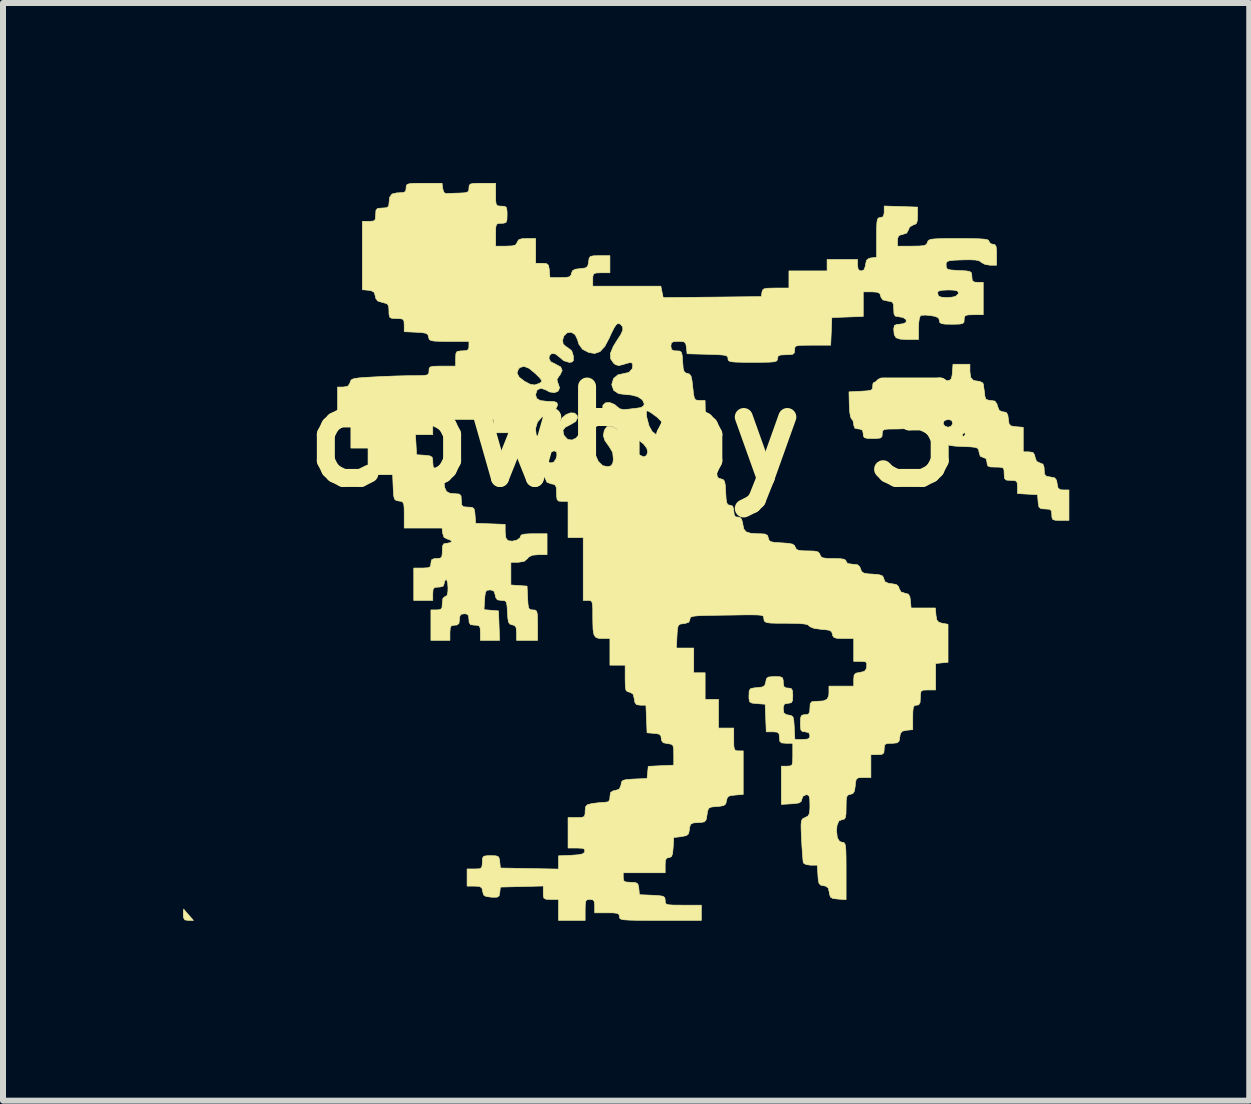
<source format=kicad_pcb>
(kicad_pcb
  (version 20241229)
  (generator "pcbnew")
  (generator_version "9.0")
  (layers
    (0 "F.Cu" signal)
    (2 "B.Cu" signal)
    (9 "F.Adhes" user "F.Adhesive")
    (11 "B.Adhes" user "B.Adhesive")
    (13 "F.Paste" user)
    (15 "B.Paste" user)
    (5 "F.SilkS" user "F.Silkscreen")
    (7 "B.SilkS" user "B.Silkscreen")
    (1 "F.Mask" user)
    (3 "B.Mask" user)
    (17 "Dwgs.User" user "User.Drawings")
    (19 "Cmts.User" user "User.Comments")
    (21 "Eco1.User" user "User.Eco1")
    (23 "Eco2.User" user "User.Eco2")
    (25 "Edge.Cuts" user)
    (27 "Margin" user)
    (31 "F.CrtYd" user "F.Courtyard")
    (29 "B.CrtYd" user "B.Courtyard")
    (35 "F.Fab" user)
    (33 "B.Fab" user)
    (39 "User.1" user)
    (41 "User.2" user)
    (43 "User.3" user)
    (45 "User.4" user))
  (footprint "cowboy 3"
    (layer "F.Cu")
    (at 7.498 4.228)
    (property "Reference" "cowboy 3" (at 0 0 0) (layer "F.SilkS") (effects (font (size 1.524 1.524) (thickness 0.3))))
    (attr through_hole)
    (fp_poly (pts (xy -7.485 7.877) (xy -7.461 7.907) (xy -7.411 7.965) (xy -7.4 7.977) (xy -7.323 8.065) (xy -7.408 8.065) (xy -7.467 8.056) (xy -7.49 8.017) (xy -7.493 7.964) (xy -7.491 7.899) (xy -7.486 7.876) (xy -7.485 7.877)) (stroke (width 0.01) (type solid)) (fill yes) (layer "F.SilkS"))
    (fp_poly (pts (xy 5.62 -1.083) (xy 5.633 -0.986) (xy 5.681 -0.935) (xy 5.776 -0.921) (xy 5.781 -0.921) (xy 5.834 -0.896) (xy 5.846 -0.865) (xy 5.853 -0.799) (xy 5.857 -0.778) (xy 5.865 -0.722) (xy 5.869 -0.675) (xy 5.886 -0.622) (xy 5.941 -0.604) (xy 5.966 -0.603) (xy 6.036 -0.592) (xy 6.07 -0.545) (xy 6.08 -0.508) (xy 6.109 -0.437) (xy 6.161 -0.413) (xy 6.176 -0.413) (xy 6.227 -0.403) (xy 6.251 -0.362) (xy 6.261 -0.294) (xy 6.272 -0.215) (xy 6.303 -0.179) (xy 6.373 -0.166) (xy 6.39 -0.165) (xy 6.509 -0.155) (xy 6.509 0.254) (xy 6.602 0.254) (xy 6.671 0.264) (xy 6.699 0.307) (xy 6.705 0.341) (xy 6.731 0.413) (xy 6.787 0.439) (xy 6.837 0.459) (xy 6.856 0.511) (xy 6.858 0.556) (xy 6.865 0.629) (xy 6.897 0.662) (xy 6.961 0.673) (xy 7.034 0.688) (xy 7.065 0.729) (xy 7.074 0.786) (xy 7.089 0.857) (xy 7.126 0.885) (xy 7.178 0.889) (xy 7.271 0.889) (xy 7.271 1.397) (xy 7.128 1.397) (xy 7.04 1.394) (xy 6.998 1.378) (xy 6.986 1.338) (xy 6.985 1.302) (xy 6.979 1.237) (xy 6.947 1.211) (xy 6.876 1.206) (xy 6.804 1.201) (xy 6.771 1.174) (xy 6.758 1.104) (xy 6.757 1.087) (xy 6.747 0.968) (xy 6.58 0.959) (xy 6.413 0.949) (xy 6.413 0.84) (xy 6.408 0.766) (xy 6.38 0.736) (xy 6.31 0.73) (xy 6.302 0.73) (xy 6.228 0.725) (xy 6.197 0.698) (xy 6.191 0.628) (xy 6.191 0.619) (xy 6.188 0.551) (xy 6.168 0.519) (xy 6.112 0.509) (xy 6.048 0.508) (xy 5.96 0.505) (xy 5.918 0.489) (xy 5.906 0.45) (xy 5.905 0.429) (xy 5.89 0.366) (xy 5.844 0.349) (xy 5.793 0.327) (xy 5.773 0.262) (xy 5.765 0.219) (xy 5.747 0.193) (xy 5.703 0.178) (xy 5.622 0.17) (xy 5.501 0.165) (xy 5.366 0.158) (xy 5.285 0.147) (xy 5.246 0.128) (xy 5.239 0.11) (xy 5.213 0.072) (xy 5.179 0.064) (xy 5.123 0.037) (xy 5.103 0) (xy 5.078 -0.032) (xy 5.493 -0.032) (xy 5.504 -0.001) (xy 5.507 0) (xy 5.534 -0.022) (xy 5.54 -0.032) (xy 5.538 -0.061) (xy 5.526 -0.064) (xy 5.494 -0.04) (xy 5.493 -0.032) (xy 5.078 -0.032) (xy 5.061 -0.053) (xy 5.021 -0.064) (xy 4.973 -0.08) (xy 4.951 -0.138) (xy 4.947 -0.167) (xy 4.939 -0.22) (xy 5.174 -0.22) (xy 5.196 -0.18) (xy 5.253 -0.156) (xy 5.308 -0.173) (xy 5.334 -0.221) (xy 5.334 -0.222) (xy 5.315 -0.272) (xy 5.255 -0.286) (xy 5.192 -0.266) (xy 5.174 -0.22) (xy 4.939 -0.22) (xy 4.939 -0.225) (xy 4.917 -0.257) (xy 4.865 -0.271) (xy 4.768 -0.279) (xy 4.755 -0.279) (xy 4.652 -0.283) (xy 4.597 -0.277) (xy 4.576 -0.254) (xy 4.572 -0.21) (xy 4.572 -0.208) (xy 4.569 -0.164) (xy 4.549 -0.14) (xy 4.498 -0.13) (xy 4.402 -0.127) (xy 4.366 -0.127) (xy 4.255 -0.126) (xy 4.193 -0.118) (xy 4.166 -0.098) (xy 4.159 -0.061) (xy 4.159 -0.048) (xy 4.154 -0.001) (xy 4.128 0.023) (xy 4.064 0.031) (xy 4 0.032) (xy 3.906 0.029) (xy 3.859 0.016) (xy 3.843 -0.016) (xy 3.842 -0.048) (xy 3.829 -0.108) (xy 3.777 -0.127) (xy 3.762 -0.127) (xy 3.702 -0.14) (xy 3.683 -0.192) (xy 3.683 -0.204) (xy 3.671 -0.267) (xy 3.649 -0.292) (xy 3.63 -0.328) (xy 3.616 -0.411) (xy 3.609 -0.525) (xy 3.604 -0.746) (xy 3.802 -0.756) (xy 3.91 -0.763) (xy 3.97 -0.774) (xy 3.995 -0.798) (xy 4 -0.839) (xy 4 -0.843) (xy 4.003 -0.881) (xy 4.019 -0.904) (xy 4.062 -0.916) (xy 4.143 -0.92) (xy 4.27 -0.921) (xy 4.402 -0.92) (xy 4.482 -0.914) (xy 4.523 -0.901) (xy 4.539 -0.878) (xy 4.54 -0.857) (xy 4.556 -0.81) (xy 4.612 -0.794) (xy 4.633 -0.794) (xy 4.713 -0.776) (xy 4.747 -0.73) (xy 4.793 -0.677) (xy 4.847 -0.667) (xy 4.92 -0.689) (xy 4.944 -0.73) (xy 4.986 -0.784) (xy 5.036 -0.794) (xy 5.097 -0.811) (xy 5.112 -0.855) (xy 5.13 -0.902) (xy 5.192 -0.924) (xy 5.215 -0.927) (xy 5.28 -0.938) (xy 5.312 -0.968) (xy 5.325 -1.037) (xy 5.328 -1.072) (xy 5.338 -1.206) (xy 5.62 -1.206) (xy 5.62 -1.083)) (stroke (width 0.01) (type solid)) (fill yes) (layer "F.SilkS"))
    (fp_poly (pts (xy -3.169 -4.135) (xy -3.149 -4.073) (xy -3.119 -4.051) (xy -3.067 -4.054) (xy -2.975 -4.057) (xy -2.905 -4.059) (xy -2.805 -4.064) (xy -2.753 -4.077) (xy -2.733 -4.105) (xy -2.731 -4.143) (xy -2.727 -4.185) (xy -2.708 -4.209) (xy -2.66 -4.22) (xy -2.568 -4.223) (xy -2.508 -4.223) (xy -2.286 -4.223) (xy -2.286 -4.032) (xy -2.285 -3.927) (xy -2.276 -3.87) (xy -2.252 -3.847) (xy -2.206 -3.842) (xy -2.191 -3.842) (xy -2.132 -3.838) (xy -2.104 -3.814) (xy -2.096 -3.753) (xy -2.095 -3.699) (xy -2.098 -3.611) (xy -2.114 -3.569) (xy -2.155 -3.557) (xy -2.191 -3.556) (xy -2.243 -3.554) (xy -2.272 -3.536) (xy -2.284 -3.489) (xy -2.286 -3.396) (xy -2.286 -3.365) (xy -2.286 -3.175) (xy -2.115 -3.175) (xy -2.013 -3.179) (xy -1.957 -3.193) (xy -1.932 -3.225) (xy -1.928 -3.239) (xy -1.905 -3.279) (xy -1.853 -3.298) (xy -1.765 -3.302) (xy -1.619 -3.302) (xy -1.619 -2.889) (xy -1.51 -2.889) (xy -1.438 -2.884) (xy -1.405 -2.856) (xy -1.392 -2.787) (xy -1.391 -2.77) (xy -1.381 -2.651) (xy -1.206 -2.651) (xy -1.105 -2.654) (xy -1.051 -2.666) (xy -1.028 -2.695) (xy -1.022 -2.721) (xy -1.004 -2.767) (xy -0.954 -2.791) (xy -0.879 -2.8) (xy -0.795 -2.81) (xy -0.754 -2.835) (xy -0.739 -2.889) (xy -0.736 -2.913) (xy -0.728 -2.972) (xy -0.706 -3.003) (xy -0.654 -3.014) (xy -0.555 -3.016) (xy -0.381 -3.016) (xy -0.381 -2.731) (xy -0.524 -2.731) (xy -0.612 -2.728) (xy -0.653 -2.712) (xy -0.666 -2.669) (xy -0.667 -2.619) (xy -0.667 -2.508) (xy 0.468 -2.508) (xy 0.487 -2.412) (xy 0.507 -2.317) (xy 1.325 -2.325) (xy 2.143 -2.334) (xy 2.153 -2.405) (xy 2.164 -2.443) (xy 2.191 -2.464) (xy 2.25 -2.474) (xy 2.355 -2.476) (xy 2.383 -2.477) (xy 2.603 -2.477) (xy 2.603 -2.762) (xy 3.239 -2.762) (xy 3.239 -2.953) (xy 3.747 -2.953) (xy 3.747 -2.857) (xy 3.757 -2.787) (xy 3.794 -2.763) (xy 3.808 -2.762) (xy 3.855 -2.78) (xy 3.877 -2.843) (xy 3.879 -2.865) (xy 3.896 -2.94) (xy 3.938 -2.972) (xy 3.977 -2.979) (xy 4.064 -2.989) (xy 4.064 -3.32) (xy 4.065 -3.468) (xy 4.069 -3.564) (xy 4.078 -3.619) (xy 4.094 -3.644) (xy 4.12 -3.651) (xy 4.128 -3.651) (xy 4.174 -3.666) (xy 4.19 -3.721) (xy 4.191 -3.748) (xy 4.191 -3.844) (xy 4.469 -3.835) (xy 4.747 -3.826) (xy 4.747 -3.683) (xy 4.742 -3.593) (xy 4.724 -3.548) (xy 4.683 -3.531) (xy 4.677 -3.53) (xy 4.614 -3.494) (xy 4.598 -3.451) (xy 4.566 -3.393) (xy 4.501 -3.371) (xy 4.437 -3.353) (xy 4.415 -3.305) (xy 4.413 -3.268) (xy 4.413 -3.175) (xy 4.654 -3.175) (xy 4.778 -3.177) (xy 4.853 -3.184) (xy 4.892 -3.201) (xy 4.91 -3.231) (xy 4.912 -3.239) (xy 4.922 -3.262) (xy 4.943 -3.279) (xy 4.984 -3.291) (xy 5.056 -3.297) (xy 5.167 -3.301) (xy 5.327 -3.302) (xy 5.433 -3.302) (xy 5.625 -3.301) (xy 5.763 -3.298) (xy 5.854 -3.292) (xy 5.908 -3.283) (xy 5.933 -3.269) (xy 5.937 -3.254) (xy 5.964 -3.216) (xy 6.001 -3.207) (xy 6.037 -3.199) (xy 6.057 -3.166) (xy 6.064 -3.093) (xy 6.064 -3.032) (xy 6.064 -2.857) (xy 5.957 -2.857) (xy 5.871 -2.871) (xy 5.811 -2.904) (xy 5.809 -2.906) (xy 5.774 -2.931) (xy 5.711 -2.944) (xy 5.608 -2.948) (xy 5.496 -2.946) (xy 5.364 -2.941) (xy 5.284 -2.933) (xy 5.242 -2.919) (xy 5.225 -2.895) (xy 5.223 -2.857) (xy 5.227 -2.815) (xy 5.248 -2.791) (xy 5.3 -2.778) (xy 5.397 -2.771) (xy 5.437 -2.769) (xy 5.551 -2.763) (xy 5.615 -2.753) (xy 5.644 -2.732) (xy 5.651 -2.693) (xy 5.652 -2.666) (xy 5.66 -2.599) (xy 5.697 -2.575) (xy 5.747 -2.572) (xy 5.842 -2.572) (xy 5.842 -2.032) (xy 5.683 -2.032) (xy 5.589 -2.029) (xy 5.542 -2.016) (xy 5.526 -1.984) (xy 5.524 -1.953) (xy 5.521 -1.91) (xy 5.5 -1.886) (xy 5.449 -1.876) (xy 5.352 -1.873) (xy 5.318 -1.873) (xy 5.206 -1.875) (xy 5.144 -1.884) (xy 5.117 -1.904) (xy 5.112 -1.935) (xy 5.098 -1.977) (xy 5.045 -2.003) (xy 4.971 -2.017) (xy 4.878 -2.026) (xy 4.811 -2.022) (xy 4.797 -2.018) (xy 4.778 -1.977) (xy 4.766 -1.893) (xy 4.763 -1.808) (xy 4.763 -1.619) (xy 4.575 -1.619) (xy 4.457 -1.625) (xy 4.389 -1.648) (xy 4.358 -1.7) (xy 4.35 -1.791) (xy 4.35 -1.796) (xy 4.361 -1.852) (xy 4.407 -1.872) (xy 4.443 -1.873) (xy 4.517 -1.884) (xy 4.558 -1.909) (xy 4.556 -1.951) (xy 4.506 -1.985) (xy 4.424 -2) (xy 4.421 -2) (xy 4.375 -2.009) (xy 4.354 -2.047) (xy 4.35 -2.125) (xy 4.346 -2.206) (xy 4.323 -2.244) (xy 4.266 -2.258) (xy 4.247 -2.26) (xy 4.169 -2.279) (xy 4.137 -2.324) (xy 4.133 -2.342) (xy 4.118 -2.386) (xy 4.087 -2.402) (xy 5.08 -2.402) (xy 5.094 -2.348) (xy 5.101 -2.339) (xy 5.148 -2.324) (xy 5.23 -2.318) (xy 5.318 -2.324) (xy 5.379 -2.337) (xy 5.423 -2.376) (xy 5.429 -2.401) (xy 5.41 -2.428) (xy 5.345 -2.442) (xy 5.255 -2.445) (xy 5.145 -2.439) (xy 5.09 -2.422) (xy 5.08 -2.402) (xy 4.087 -2.402) (xy 4.078 -2.407) (xy 3.994 -2.413) (xy 3.982 -2.413) (xy 3.842 -2.413) (xy 3.842 -2.003) (xy 3.58 -1.994) (xy 3.318 -1.984) (xy 3.309 -1.754) (xy 3.299 -1.524) (xy 2.999 -1.524) (xy 2.86 -1.523) (xy 2.772 -1.52) (xy 2.724 -1.51) (xy 2.703 -1.49) (xy 2.699 -1.458) (xy 2.699 -1.445) (xy 2.693 -1.396) (xy 2.664 -1.372) (xy 2.594 -1.366) (xy 2.556 -1.365) (xy 2.467 -1.361) (xy 2.424 -1.344) (xy 2.413 -1.306) (xy 2.413 -1.302) (xy 2.409 -1.276) (xy 2.392 -1.258) (xy 2.351 -1.247) (xy 2.276 -1.241) (xy 2.157 -1.239) (xy 2 -1.238) (xy 1.832 -1.239) (xy 1.716 -1.242) (xy 1.645 -1.248) (xy 1.606 -1.26) (xy 1.59 -1.278) (xy 1.587 -1.301) (xy 1.583 -1.328) (xy 1.561 -1.347) (xy 1.512 -1.359) (xy 1.424 -1.366) (xy 1.285 -1.371) (xy 1.246 -1.372) (xy 0.905 -1.381) (xy 0.895 -1.484) (xy 0.883 -1.551) (xy 0.853 -1.58) (xy 0.783 -1.587) (xy 0.76 -1.587) (xy 0.679 -1.583) (xy 0.643 -1.562) (xy 0.635 -1.513) (xy 0.635 -1.508) (xy 0.645 -1.451) (xy 0.69 -1.43) (xy 0.729 -1.429) (xy 0.782 -1.426) (xy 0.81 -1.406) (xy 0.824 -1.354) (xy 0.831 -1.255) (xy 0.832 -1.246) (xy 0.84 -1.141) (xy 0.856 -1.084) (xy 0.885 -1.06) (xy 0.91 -1.054) (xy 0.947 -1.041) (xy 0.971 -1.007) (xy 0.987 -0.936) (xy 1 -0.824) (xy 1.013 -0.708) (xy 1.027 -0.642) (xy 1.049 -0.612) (xy 1.087 -0.604) (xy 1.114 -0.603) (xy 1.205 -0.603) (xy 1.214 -0.167) (xy 1.222 0.27) (xy 1.31 0.28) (xy 1.357 0.289) (xy 1.383 0.311) (xy 1.394 0.363) (xy 1.397 0.459) (xy 1.397 0.492) (xy 1.399 0.602) (xy 1.408 0.665) (xy 1.43 0.693) (xy 1.468 0.704) (xy 1.507 0.716) (xy 1.53 0.746) (xy 1.542 0.809) (xy 1.549 0.921) (xy 1.549 0.929) (xy 1.556 1.043) (xy 1.568 1.108) (xy 1.589 1.137) (xy 1.621 1.143) (xy 1.666 1.159) (xy 1.682 1.216) (xy 1.683 1.238) (xy 1.692 1.307) (xy 1.714 1.337) (xy 1.714 1.337) (xy 1.775 1.344) (xy 1.786 1.345) (xy 1.814 1.376) (xy 1.833 1.447) (xy 1.835 1.465) (xy 1.851 1.541) (xy 1.889 1.587) (xy 1.964 1.611) (xy 2.086 1.619) (xy 2.117 1.619) (xy 2.203 1.624) (xy 2.245 1.646) (xy 2.26 1.691) (xy 2.271 1.729) (xy 2.302 1.752) (xy 2.366 1.764) (xy 2.479 1.771) (xy 2.481 1.771) (xy 2.597 1.779) (xy 2.665 1.793) (xy 2.698 1.818) (xy 2.708 1.843) (xy 2.727 1.878) (xy 2.769 1.897) (xy 2.85 1.904) (xy 2.914 1.905) (xy 3.023 1.908) (xy 3.083 1.92) (xy 3.112 1.946) (xy 3.121 1.968) (xy 3.138 2.003) (xy 3.175 2.022) (xy 3.249 2.031) (xy 3.347 2.032) (xy 3.463 2.035) (xy 3.529 2.046) (xy 3.554 2.068) (xy 3.556 2.08) (xy 3.58 2.115) (xy 3.657 2.127) (xy 3.667 2.127) (xy 3.746 2.136) (xy 3.784 2.17) (xy 3.797 2.205) (xy 3.815 2.25) (xy 3.852 2.275) (xy 3.924 2.288) (xy 3.996 2.292) (xy 4.099 2.301) (xy 4.155 2.317) (xy 4.179 2.347) (xy 4.185 2.372) (xy 4.206 2.421) (xy 4.263 2.445) (xy 4.312 2.451) (xy 4.394 2.466) (xy 4.432 2.501) (xy 4.439 2.53) (xy 4.471 2.589) (xy 4.534 2.61) (xy 4.592 2.625) (xy 4.619 2.668) (xy 4.629 2.738) (xy 4.639 2.857) (xy 5.044 2.857) (xy 5.054 2.976) (xy 5.068 3.057) (xy 5.101 3.095) (xy 5.159 3.112) (xy 5.255 3.128) (xy 5.255 3.762) (xy 5.151 3.772) (xy 5.048 3.782) (xy 5.048 4.223) (xy 4.921 4.223) (xy 4.84 4.226) (xy 4.804 4.247) (xy 4.795 4.305) (xy 4.794 4.35) (xy 4.789 4.433) (xy 4.767 4.47) (xy 4.731 4.477) (xy 4.696 4.483) (xy 4.677 4.512) (xy 4.669 4.577) (xy 4.667 4.681) (xy 4.667 4.885) (xy 4.564 4.895) (xy 4.491 4.911) (xy 4.46 4.952) (xy 4.451 5.009) (xy 4.439 5.075) (xy 4.409 5.104) (xy 4.339 5.112) (xy 4.316 5.112) (xy 4.235 5.116) (xy 4.2 5.137) (xy 4.191 5.189) (xy 4.191 5.207) (xy 4.185 5.271) (xy 4.153 5.297) (xy 4.08 5.302) (xy 3.969 5.302) (xy 3.969 5.683) (xy 3.844 5.683) (xy 3.765 5.686) (xy 3.727 5.708) (xy 3.713 5.764) (xy 3.709 5.818) (xy 3.696 5.906) (xy 3.67 5.949) (xy 3.627 5.963) (xy 3.589 5.974) (xy 3.567 6.003) (xy 3.558 6.066) (xy 3.556 6.176) (xy 3.556 6.178) (xy 3.554 6.289) (xy 3.544 6.351) (xy 3.524 6.377) (xy 3.496 6.382) (xy 3.436 6.406) (xy 3.404 6.483) (xy 3.397 6.572) (xy 3.41 6.688) (xy 3.449 6.75) (xy 3.496 6.763) (xy 3.519 6.767) (xy 3.535 6.784) (xy 3.546 6.826) (xy 3.552 6.899) (xy 3.555 7.015) (xy 3.556 7.183) (xy 3.556 7.241) (xy 3.556 7.719) (xy 3.421 7.709) (xy 3.336 7.699) (xy 3.295 7.675) (xy 3.279 7.623) (xy 3.276 7.598) (xy 3.259 7.525) (xy 3.215 7.493) (xy 3.181 7.487) (xy 3.131 7.476) (xy 3.104 7.446) (xy 3.091 7.381) (xy 3.086 7.31) (xy 3.076 7.144) (xy 2.966 7.144) (xy 2.889 7.134) (xy 2.845 7.108) (xy 2.843 7.104) (xy 2.837 7.057) (xy 2.829 6.962) (xy 2.82 6.834) (xy 2.814 6.722) (xy 2.807 6.571) (xy 2.805 6.471) (xy 2.811 6.411) (xy 2.825 6.377) (xy 2.851 6.359) (xy 2.875 6.349) (xy 2.92 6.325) (xy 2.943 6.285) (xy 2.952 6.21) (xy 2.953 6.144) (xy 2.95 6.043) (xy 2.938 5.99) (xy 2.911 5.971) (xy 2.891 5.969) (xy 2.836 5.996) (xy 2.82 6.04) (xy 2.806 6.083) (xy 2.768 6.107) (xy 2.69 6.118) (xy 2.643 6.121) (xy 2.477 6.131) (xy 2.477 5.493) (xy 2.572 5.493) (xy 2.624 5.49) (xy 2.653 5.473) (xy 2.665 5.425) (xy 2.667 5.333) (xy 2.667 5.302) (xy 2.667 5.112) (xy 2.556 5.112) (xy 2.481 5.106) (xy 2.451 5.08) (xy 2.445 5.016) (xy 2.438 4.952) (xy 2.407 4.926) (xy 2.335 4.921) (xy 2.225 4.921) (xy 2.216 4.691) (xy 2.207 4.461) (xy 2.072 4.451) (xy 1.987 4.442) (xy 1.948 4.42) (xy 1.937 4.366) (xy 1.937 4.318) (xy 1.94 4.241) (xy 1.961 4.203) (xy 2.019 4.189) (xy 2.072 4.185) (xy 2.158 4.174) (xy 2.199 4.15) (xy 2.215 4.099) (xy 2.217 4.088) (xy 2.229 4.034) (xy 2.261 4.008) (xy 2.331 4.001) (xy 2.367 4) (xy 2.455 4.003) (xy 2.495 4.02) (xy 2.508 4.062) (xy 2.508 4.096) (xy 2.517 4.164) (xy 2.553 4.189) (xy 2.588 4.191) (xy 2.639 4.198) (xy 2.661 4.231) (xy 2.667 4.307) (xy 2.667 4.318) (xy 2.663 4.4) (xy 2.642 4.436) (xy 2.595 4.445) (xy 2.588 4.445) (xy 2.53 4.456) (xy 2.51 4.5) (xy 2.508 4.538) (xy 2.519 4.607) (xy 2.562 4.636) (xy 2.596 4.641) (xy 2.643 4.651) (xy 2.671 4.675) (xy 2.684 4.73) (xy 2.691 4.831) (xy 2.692 4.85) (xy 2.702 5.048) (xy 2.827 5.048) (xy 2.91 5.043) (xy 2.946 5.021) (xy 2.953 4.985) (xy 2.934 4.935) (xy 2.873 4.921) (xy 2.824 4.915) (xy 2.801 4.886) (xy 2.794 4.817) (xy 2.794 4.778) (xy 2.797 4.69) (xy 2.813 4.648) (xy 2.852 4.636) (xy 2.873 4.636) (xy 2.927 4.627) (xy 2.949 4.59) (xy 2.953 4.524) (xy 2.958 4.45) (xy 2.985 4.419) (xy 3.054 4.413) (xy 3.061 4.413) (xy 3.176 4.406) (xy 3.24 4.377) (xy 3.267 4.318) (xy 3.27 4.267) (xy 3.27 4.159) (xy 3.683 4.159) (xy 3.683 4.05) (xy 3.689 3.976) (xy 3.72 3.943) (xy 3.786 3.931) (xy 3.86 3.914) (xy 3.892 3.872) (xy 3.899 3.834) (xy 3.9 3.776) (xy 3.873 3.751) (xy 3.8 3.747) (xy 3.796 3.747) (xy 3.683 3.747) (xy 3.683 3.365) (xy 3.511 3.365) (xy 3.41 3.363) (xy 3.357 3.35) (xy 3.334 3.321) (xy 3.328 3.294) (xy 3.314 3.252) (xy 3.278 3.229) (xy 3.203 3.217) (xy 3.143 3.213) (xy 3.024 3.197) (xy 2.954 3.169) (xy 2.943 3.157) (xy 2.917 3.136) (xy 2.86 3.123) (xy 2.762 3.115) (xy 2.613 3.112) (xy 2.557 3.111) (xy 2.401 3.111) (xy 2.297 3.108) (xy 2.235 3.1) (xy 2.203 3.085) (xy 2.189 3.062) (xy 2.185 3.04) (xy 2.183 3.017) (xy 2.179 2.999) (xy 2.167 2.987) (xy 2.137 2.978) (xy 2.084 2.973) (xy 1.999 2.971) (xy 1.875 2.971) (xy 1.704 2.974) (xy 1.479 2.977) (xy 1.413 2.978) (xy 1.233 2.981) (xy 1.107 2.985) (xy 1.026 2.992) (xy 0.979 3.003) (xy 0.958 3.018) (xy 0.953 3.041) (xy 0.953 3.046) (xy 0.935 3.093) (xy 0.872 3.115) (xy 0.849 3.117) (xy 0.793 3.125) (xy 0.761 3.145) (xy 0.746 3.193) (xy 0.739 3.284) (xy 0.737 3.326) (xy 0.727 3.524) (xy 1.016 3.524) (xy 1.016 3.937) (xy 1.206 3.937) (xy 1.206 4.381) (xy 1.429 4.381) (xy 1.429 4.858) (xy 1.683 4.858) (xy 1.683 5.048) (xy 1.684 5.154) (xy 1.694 5.211) (xy 1.717 5.234) (xy 1.759 5.239) (xy 1.762 5.239) (xy 1.841 5.239) (xy 1.841 5.965) (xy 1.707 5.975) (xy 1.62 5.986) (xy 1.579 6.011) (xy 1.563 6.061) (xy 1.562 6.071) (xy 1.549 6.123) (xy 1.516 6.15) (xy 1.444 6.163) (xy 1.403 6.166) (xy 1.313 6.174) (xy 1.267 6.194) (xy 1.247 6.242) (xy 1.238 6.302) (xy 1.224 6.384) (xy 1.196 6.421) (xy 1.134 6.432) (xy 1.103 6.433) (xy 1.011 6.439) (xy 0.965 6.461) (xy 0.947 6.513) (xy 0.942 6.561) (xy 0.93 6.621) (xy 0.893 6.651) (xy 0.812 6.667) (xy 0.809 6.668) (xy 0.683 6.683) (xy 0.673 6.85) (xy 0.664 6.949) (xy 0.646 6.999) (xy 0.615 7.016) (xy 0.602 7.017) (xy 0.561 7.028) (xy 0.543 7.073) (xy 0.54 7.144) (xy 0.54 7.271) (xy -0.159 7.271) (xy -0.159 7.35) (xy -0.152 7.402) (xy -0.118 7.424) (xy -0.041 7.429) (xy -0.034 7.429) (xy 0.047 7.434) (xy 0.085 7.457) (xy 0.099 7.513) (xy 0.101 7.533) (xy 0.111 7.636) (xy 0.325 7.645) (xy 0.439 7.652) (xy 0.503 7.662) (xy 0.532 7.683) (xy 0.54 7.719) (xy 0.54 7.733) (xy 0.542 7.769) (xy 0.557 7.791) (xy 0.596 7.804) (xy 0.671 7.809) (xy 0.794 7.81) (xy 0.841 7.811) (xy 1.143 7.811) (xy 1.143 8.065) (xy 0.46 8.065) (xy 0.236 8.064) (xy 0.067 8.063) (xy -0.055 8.06) (xy -0.136 8.055) (xy -0.186 8.047) (xy -0.212 8.035) (xy -0.221 8.018) (xy -0.222 8.001) (xy -0.229 7.967) (xy -0.257 7.947) (xy -0.322 7.939) (xy -0.429 7.938) (xy -0.635 7.938) (xy -0.635 7.826) (xy -0.641 7.751) (xy -0.668 7.72) (xy -0.714 7.715) (xy -0.76 7.72) (xy -0.784 7.744) (xy -0.792 7.803) (xy -0.794 7.89) (xy -0.794 8.065) (xy -1.238 8.065) (xy -1.238 7.715) (xy -1.365 7.715) (xy -1.447 7.712) (xy -1.483 7.691) (xy -1.492 7.637) (xy -1.492 7.603) (xy -1.492 7.491) (xy -1.849 7.5) (xy -2.207 7.509) (xy -2.217 7.598) (xy -2.228 7.654) (xy -2.259 7.677) (xy -2.327 7.679) (xy -2.36 7.677) (xy -2.445 7.666) (xy -2.486 7.641) (xy -2.501 7.589) (xy -2.502 7.58) (xy -2.516 7.524) (xy -2.552 7.499) (xy -2.63 7.493) (xy -2.637 7.493) (xy -2.762 7.493) (xy -2.762 7.207) (xy -2.635 7.207) (xy -2.554 7.204) (xy -2.518 7.183) (xy -2.509 7.129) (xy -2.508 7.096) (xy -2.505 7.028) (xy -2.484 6.995) (xy -2.428 6.986) (xy -2.367 6.985) (xy -2.28 6.988) (xy -2.237 7.006) (xy -2.221 7.051) (xy -2.217 7.088) (xy -2.207 7.191) (xy -1.722 7.2) (xy -1.238 7.209) (xy -1.238 6.988) (xy -1.024 6.979) (xy -0.906 6.97) (xy -0.838 6.956) (xy -0.806 6.932) (xy -0.8 6.914) (xy -0.803 6.879) (xy -0.841 6.862) (xy -0.927 6.858) (xy -0.934 6.858) (xy -1.079 6.858) (xy -1.079 6.35) (xy -0.937 6.35) (xy -0.849 6.348) (xy -0.807 6.332) (xy -0.795 6.289) (xy -0.794 6.243) (xy -0.788 6.172) (xy -0.758 6.137) (xy -0.685 6.118) (xy -0.675 6.116) (xy -0.569 6.103) (xy -0.474 6.096) (xy -0.468 6.096) (xy -0.406 6.087) (xy -0.383 6.046) (xy -0.381 6.003) (xy -0.371 5.934) (xy -0.328 5.905) (xy -0.294 5.9) (xy -0.226 5.877) (xy -0.198 5.817) (xy -0.196 5.804) (xy -0.188 5.758) (xy -0.164 5.731) (xy -0.112 5.718) (xy -0.015 5.71) (xy 0.026 5.708) (xy 0.238 5.699) (xy 0.248 5.597) (xy 0.258 5.496) (xy 0.47 5.486) (xy 0.683 5.477) (xy 0.683 5.302) (xy 0.681 5.202) (xy 0.67 5.149) (xy 0.64 5.127) (xy 0.583 5.118) (xy 0.579 5.118) (xy 0.507 5.102) (xy 0.479 5.064) (xy 0.476 5.032) (xy 0.467 4.981) (xy 0.426 4.956) (xy 0.357 4.947) (xy 0.238 4.937) (xy 0.229 4.707) (xy 0.219 4.477) (xy 0.128 4.477) (xy 0.063 4.468) (xy 0.035 4.43) (xy 0.026 4.374) (xy 0.007 4.296) (xy -0.038 4.264) (xy -0.056 4.26) (xy -0.093 4.25) (xy -0.115 4.223) (xy -0.124 4.164) (xy -0.127 4.059) (xy -0.127 4.03) (xy -0.127 3.81) (xy -0.381 3.81) (xy -0.381 3.365) (xy -0.505 3.365) (xy -0.574 3.362) (xy -0.62 3.343) (xy -0.648 3.298) (xy -0.662 3.218) (xy -0.666 3.09) (xy -0.667 2.998) (xy -0.667 2.868) (xy -0.672 2.789) (xy -0.685 2.748) (xy -0.709 2.733) (xy -0.746 2.731) (xy -0.826 2.731) (xy -0.826 1.683) (xy -1.079 1.683) (xy -1.079 1.079) (xy -1.175 1.079) (xy -1.234 1.075) (xy -1.261 1.051) (xy -1.27 0.989) (xy -1.27 0.939) (xy -1.274 0.851) (xy -1.292 0.808) (xy -1.335 0.791) (xy -1.357 0.788) (xy -1.43 0.761) (xy -1.455 0.708) (xy -1.48 0.655) (xy -1.548 0.631) (xy -1.566 0.629) (xy -1.667 0.619) (xy -1.676 0.405) (xy -1.68 0.329) (xy -1.422 0.329) (xy -1.419 0.393) (xy -1.384 0.44) (xy -1.329 0.429) (xy -1.313 0.42) (xy -1.281 0.373) (xy -1.265 0.318) (xy -1.268 0.257) (xy -1.308 0.238) (xy -1.314 0.238) (xy -1.383 0.265) (xy -1.422 0.329) (xy -1.68 0.329) (xy -1.682 0.291) (xy -1.692 0.227) (xy -1.713 0.198) (xy -1.752 0.191) (xy -1.779 0.191) (xy -1.84 0.185) (xy -1.866 0.158) (xy -1.873 0.09) (xy -1.873 0.064) (xy -1.873 -0.064) (xy -2.318 -0.064) (xy -2.318 -0.286) (xy -3.334 -0.286) (xy -3.334 -0.032) (xy -3.623 -0.032) (xy -3.613 0.135) (xy -3.604 0.302) (xy -3.469 0.311) (xy -3.384 0.321) (xy -3.345 0.343) (xy -3.334 0.393) (xy -3.334 0.428) (xy -3.327 0.503) (xy -3.295 0.536) (xy -3.246 0.546) (xy -3.196 0.556) (xy -3.169 0.584) (xy -3.155 0.646) (xy -3.149 0.73) (xy -3.136 0.847) (xy -3.106 0.914) (xy -3.048 0.945) (xy -2.961 0.952) (xy -2.891 0.958) (xy -2.863 0.987) (xy -2.858 1.06) (xy -2.857 1.064) (xy -2.853 1.138) (xy -2.825 1.169) (xy -2.755 1.175) (xy -2.748 1.175) (xy -2.679 1.179) (xy -2.646 1.203) (xy -2.633 1.264) (xy -2.629 1.31) (xy -2.619 1.445) (xy -2.373 1.454) (xy -2.127 1.463) (xy -2.127 1.59) (xy -2.115 1.691) (xy -2.08 1.735) (xy -2.008 1.743) (xy -1.933 1.725) (xy -1.882 1.69) (xy -1.873 1.666) (xy -1.86 1.641) (xy -1.811 1.626) (xy -1.717 1.62) (xy -1.651 1.619) (xy -1.429 1.619) (xy -1.429 1.968) (xy -1.571 1.968) (xy -1.674 1.977) (xy -1.734 2.007) (xy -1.754 2.032) (xy -1.811 2.08) (xy -1.91 2.095) (xy -1.913 2.095) (xy -2.032 2.095) (xy -2.032 2.473) (xy -1.897 2.483) (xy -1.762 2.492) (xy -1.753 2.691) (xy -1.746 2.799) (xy -1.734 2.859) (xy -1.71 2.884) (xy -1.669 2.889) (xy -1.665 2.889) (xy -1.627 2.892) (xy -1.604 2.909) (xy -1.592 2.954) (xy -1.588 3.039) (xy -1.587 3.143) (xy -1.587 3.397) (xy -1.937 3.397) (xy -1.937 3.272) (xy -1.943 3.189) (xy -1.967 3.15) (xy -2.008 3.138) (xy -2.048 3.125) (xy -2.071 3.093) (xy -2.083 3.026) (xy -2.089 2.929) (xy -2.096 2.821) (xy -2.107 2.761) (xy -2.131 2.736) (xy -2.174 2.731) (xy -2.19 2.731) (xy -2.258 2.72) (xy -2.287 2.675) (xy -2.292 2.643) (xy -2.312 2.578) (xy -2.364 2.556) (xy -2.381 2.556) (xy -2.428 2.561) (xy -2.453 2.589) (xy -2.465 2.654) (xy -2.47 2.721) (xy -2.48 2.885) (xy -2.238 2.905) (xy -2.229 3.151) (xy -2.22 3.397) (xy -2.54 3.397) (xy -2.54 3.27) (xy -2.544 3.189) (xy -2.564 3.153) (xy -2.615 3.143) (xy -2.635 3.143) (xy -2.703 3.135) (xy -2.728 3.098) (xy -2.731 3.048) (xy -2.739 2.98) (xy -2.775 2.955) (xy -2.81 2.953) (xy -2.867 2.963) (xy -2.887 3.007) (xy -2.889 3.048) (xy -2.898 3.116) (xy -2.934 3.141) (xy -2.969 3.143) (xy -3.02 3.15) (xy -3.042 3.183) (xy -3.048 3.259) (xy -3.048 3.27) (xy -3.048 3.397) (xy -3.365 3.397) (xy -3.365 2.889) (xy -3.27 2.889) (xy -3.206 2.883) (xy -3.18 2.852) (xy -3.175 2.778) (xy -3.165 2.696) (xy -3.132 2.667) (xy -3.127 2.667) (xy -3.096 2.648) (xy -3.082 2.585) (xy -3.08 2.524) (xy -3.086 2.439) (xy -3.102 2.388) (xy -3.111 2.381) (xy -3.137 2.408) (xy -3.143 2.445) (xy -3.158 2.491) (xy -3.214 2.508) (xy -3.239 2.508) (xy -3.302 2.514) (xy -3.329 2.546) (xy -3.334 2.619) (xy -3.334 2.731) (xy -3.651 2.731) (xy -3.651 2.191) (xy -3.508 2.191) (xy -3.42 2.187) (xy -3.378 2.171) (xy -3.366 2.133) (xy -3.365 2.111) (xy -3.355 2.055) (xy -3.312 2.034) (xy -3.27 2.032) (xy -3.209 2.027) (xy -3.182 2) (xy -3.175 1.932) (xy -3.175 1.905) (xy -3.171 1.823) (xy -3.15 1.787) (xy -3.103 1.778) (xy -3.096 1.778) (xy -3.031 1.765) (xy -3.021 1.738) (xy -3.067 1.713) (xy -3.088 1.709) (xy -3.147 1.678) (xy -3.169 1.611) (xy -3.179 1.524) (xy -3.81 1.524) (xy -3.81 1.304) (xy -3.811 1.188) (xy -3.818 1.122) (xy -3.837 1.089) (xy -3.872 1.077) (xy -3.897 1.074) (xy -3.944 1.065) (xy -3.971 1.042) (xy -3.985 0.991) (xy -3.992 0.896) (xy -3.994 0.849) (xy -4.003 0.635) (xy -4.413 0.635) (xy -4.413 0.191) (xy -4.699 0.191) (xy -4.699 -0.159) (xy -4.921 -0.159) (xy -4.921 -0.696) (xy -1.619 -0.696) (xy -1.602 -0.636) (xy -1.542 -0.601) (xy -1.433 -0.588) (xy -1.397 -0.587) (xy -1.308 -0.583) (xy -1.265 -0.566) (xy -1.254 -0.528) (xy -1.254 -0.524) (xy -1.281 -0.466) (xy -1.365 -0.408) (xy -1.394 -0.393) (xy -1.518 -0.321) (xy -1.589 -0.243) (xy -1.618 -0.145) (xy -1.619 -0.106) (xy -1.609 -0.028) (xy -1.57 0.009) (xy -1.543 0.018) (xy -1.435 0.015) (xy -1.336 -0.044) (xy -1.256 -0.153) (xy -1.222 -0.235) (xy -1.177 -0.313) (xy -1.11 -0.369) (xy -1.036 -0.396) (xy -0.97 -0.392) (xy -0.928 -0.353) (xy -0.921 -0.312) (xy -0.952 -0.252) (xy -1.03 -0.205) (xy -1.125 -0.156) (xy -1.164 -0.105) (xy -1.154 -0.04) (xy -1.141 -0.013) (xy -1.084 0.047) (xy -1.013 0.057) (xy -0.943 0.023) (xy -0.888 -0.046) (xy -0.859 -0.143) (xy -0.857 -0.172) (xy -0.837 -0.261) (xy -0.784 -0.308) (xy -0.714 -0.304) (xy -0.678 -0.282) (xy -0.651 -0.246) (xy -0.64 -0.187) (xy -0.644 -0.088) (xy -0.649 -0.028) (xy -0.652 0.149) (xy -0.626 0.299) (xy -0.574 0.414) (xy -0.502 0.484) (xy -0.415 0.502) (xy -0.359 0.485) (xy -0.332 0.438) (xy -0.324 0.377) (xy -0.335 0.264) (xy -0.39 0.171) (xy -0.45 0.086) (xy -0.026 0.086) (xy -0.000257 0.156) (xy 0.043 0.233) (xy 0.094 0.293) (xy 0.107 0.303) (xy 0.182 0.338) (xy 0.229 0.316) (xy 0.249 0.257) (xy 0.234 0.194) (xy 0.183 0.126) (xy 0.113 0.069) (xy 0.042 0.035) (xy -0.014 0.037) (xy -0.023 0.044) (xy -0.026 0.086) (xy -0.45 0.086) (xy -0.464 0.067) (xy -0.491 -0.016) (xy -0.476 -0.097) (xy -0.47 -0.112) (xy -0.429 -0.169) (xy -0.374 -0.173) (xy -0.368 -0.172) (xy -0.3 -0.143) (xy -0.271 -0.123) (xy -0.216 -0.096) (xy -0.171 -0.11) (xy -0.159 -0.142) (xy -0.185 -0.184) (xy -0.25 -0.234) (xy -0.285 -0.254) (xy -0.392 -0.324) (xy -0.44 -0.376) (xy 0.226 -0.376) (xy 0.235 -0.314) (xy 0.271 -0.179) (xy 0.324 -0.083) (xy 0.389 -0.034) (xy 0.457 -0.037) (xy 0.507 -0.078) (xy 0.53 -0.15) (xy 0.496 -0.234) (xy 0.407 -0.323) (xy 0.404 -0.325) (xy 0.306 -0.397) (xy 0.25 -0.429) (xy 0.227 -0.423) (xy 0.226 -0.376) (xy -0.44 -0.376) (xy -0.467 -0.405) (xy -0.501 -0.484) (xy -0.497 -0.524) (xy -0.453 -0.564) (xy -0.381 -0.567) (xy -0.303 -0.536) (xy -0.268 -0.505) (xy -0.217 -0.464) (xy -0.153 -0.451) (xy -0.064 -0.458) (xy 0.036 -0.47) (xy 0.117 -0.481) (xy 0.135 -0.483) (xy 0.182 -0.515) (xy 0.191 -0.545) (xy 0.161 -0.613) (xy 0.082 -0.666) (xy -0.034 -0.695) (xy -0.1 -0.699) (xy -0.235 -0.716) (xy -0.317 -0.77) (xy -0.349 -0.859) (xy -0.349 -0.873) (xy -0.321 -0.968) (xy -0.247 -1.03) (xy -0.163 -1.048) (xy -0.064 -1.07) (xy -0.009 -1.131) (xy 0 -1.181) (xy -0.007 -1.223) (xy -0.038 -1.235) (xy -0.106 -1.22) (xy -0.155 -1.203) (xy -0.234 -1.184) (xy -0.289 -1.2) (xy -0.319 -1.224) (xy -0.37 -1.298) (xy -0.372 -1.39) (xy -0.323 -1.507) (xy -0.27 -1.592) (xy -0.199 -1.702) (xy -0.166 -1.776) (xy -0.168 -1.828) (xy -0.201 -1.869) (xy -0.202 -1.87) (xy -0.236 -1.887) (xy -0.27 -1.873) (xy -0.308 -1.819) (xy -0.359 -1.718) (xy -0.391 -1.646) (xy -0.467 -1.502) (xy -0.546 -1.417) (xy -0.634 -1.386) (xy -0.733 -1.402) (xy -0.839 -1.457) (xy -0.899 -1.542) (xy -0.921 -1.616) (xy -0.961 -1.7) (xy -1.024 -1.739) (xy -1.092 -1.732) (xy -1.147 -1.68) (xy -1.169 -1.611) (xy -1.161 -1.543) (xy -1.107 -1.496) (xy -1.089 -1.487) (xy -1.018 -1.431) (xy -0.99 -1.343) (xy -0.99 -1.341) (xy -0.989 -1.27) (xy -1.014 -1.243) (xy -1.063 -1.238) (xy -1.152 -1.266) (xy -1.219 -1.323) (xy -1.289 -1.378) (xy -1.351 -1.386) (xy -1.39 -1.347) (xy -1.397 -1.305) (xy -1.37 -1.249) (xy -1.286 -1.207) (xy -1.286 -1.206) (xy -1.201 -1.161) (xy -1.177 -1.101) (xy -1.215 -1.024) (xy -1.229 -1.009) (xy -1.264 -0.952) (xy -1.251 -0.897) (xy -1.245 -0.888) (xy -1.22 -0.812) (xy -1.244 -0.758) (xy -1.303 -0.733) (xy -1.385 -0.744) (xy -1.455 -0.781) (xy -1.532 -0.807) (xy -1.593 -0.779) (xy -1.619 -0.704) (xy -1.619 -0.696) (xy -4.921 -0.696) (xy -4.921 -0.826) (xy -4.827 -0.826) (xy -4.752 -0.839) (xy -4.717 -0.887) (xy -4.713 -0.9) (xy -4.702 -0.932) (xy -4.681 -0.954) (xy -4.637 -0.969) (xy -4.561 -0.979) (xy -4.441 -0.988) (xy -4.311 -0.995) (xy -4.127 -1.004) (xy -3.936 -1.011) (xy -3.762 -1.015) (xy -3.662 -1.016) (xy -3.533 -1.017) (xy -3.455 -1.022) (xy -3.414 -1.034) (xy -3.399 -1.059) (xy -3.399 -1.06) (xy -1.93 -1.06) (xy -1.893 -0.99) (xy -1.803 -0.921) (xy -1.707 -0.871) (xy -1.634 -0.861) (xy -1.56 -0.887) (xy -1.553 -0.891) (xy -1.521 -0.913) (xy -1.52 -0.939) (xy -1.555 -0.984) (xy -1.621 -1.049) (xy -1.728 -1.138) (xy -1.813 -1.171) (xy -1.88 -1.152) (xy -1.905 -1.128) (xy -1.93 -1.06) (xy -3.399 -1.06) (xy -3.397 -1.095) (xy -3.394 -1.137) (xy -3.375 -1.161) (xy -3.326 -1.172) (xy -3.234 -1.175) (xy -3.175 -1.175) (xy -2.953 -1.175) (xy -2.953 -1.302) (xy -2.949 -1.383) (xy -2.929 -1.419) (xy -2.874 -1.428) (xy -2.842 -1.429) (xy -2.766 -1.435) (xy -2.736 -1.461) (xy -2.731 -1.508) (xy -2.731 -1.587) (xy -3.062 -1.587) (xy -3.21 -1.588) (xy -3.306 -1.592) (xy -3.362 -1.601) (xy -3.39 -1.618) (xy -3.401 -1.645) (xy -3.403 -1.659) (xy -3.415 -1.699) (xy -3.447 -1.722) (xy -3.515 -1.734) (xy -3.612 -1.74) (xy -3.81 -1.749) (xy -3.81 -1.859) (xy -3.814 -1.929) (xy -3.838 -1.96) (xy -3.9 -1.968) (xy -3.937 -1.968) (xy -4.018 -1.972) (xy -4.054 -1.993) (xy -4.064 -2.05) (xy -4.064 -2.092) (xy -4.069 -2.173) (xy -4.094 -2.213) (xy -4.157 -2.233) (xy -4.173 -2.236) (xy -4.251 -2.26) (xy -4.285 -2.306) (xy -4.292 -2.343) (xy -4.311 -2.405) (xy -4.361 -2.432) (xy -4.405 -2.439) (xy -4.508 -2.449) (xy -4.508 -3.588) (xy -4.397 -3.588) (xy -4.323 -3.593) (xy -4.292 -3.62) (xy -4.286 -3.69) (xy -4.286 -3.699) (xy -4.281 -3.773) (xy -4.254 -3.804) (xy -4.184 -3.81) (xy -4.175 -3.81) (xy -4.1 -3.816) (xy -4.069 -3.843) (xy -4.064 -3.887) (xy -4.053 -3.99) (xy -4.013 -4.044) (xy -3.932 -4.063) (xy -3.902 -4.064) (xy -3.821 -4.069) (xy -3.786 -4.09) (xy -3.778 -4.14) (xy -3.778 -4.143) (xy -3.776 -4.18) (xy -3.762 -4.203) (xy -3.723 -4.216) (xy -3.649 -4.222) (xy -3.526 -4.223) (xy -3.479 -4.223) (xy -3.179 -4.223) (xy -3.169 -4.135)) (stroke (width 0.01) (type solid)) (fill yes) (layer "F.SilkS")))
  (gr_rect
    (start -3 -3)
    (end 17.774 15.297)
    (stroke (width 0.1) (type default))
    (fill no)
    (layer "Edge.Cuts")))
</source>
